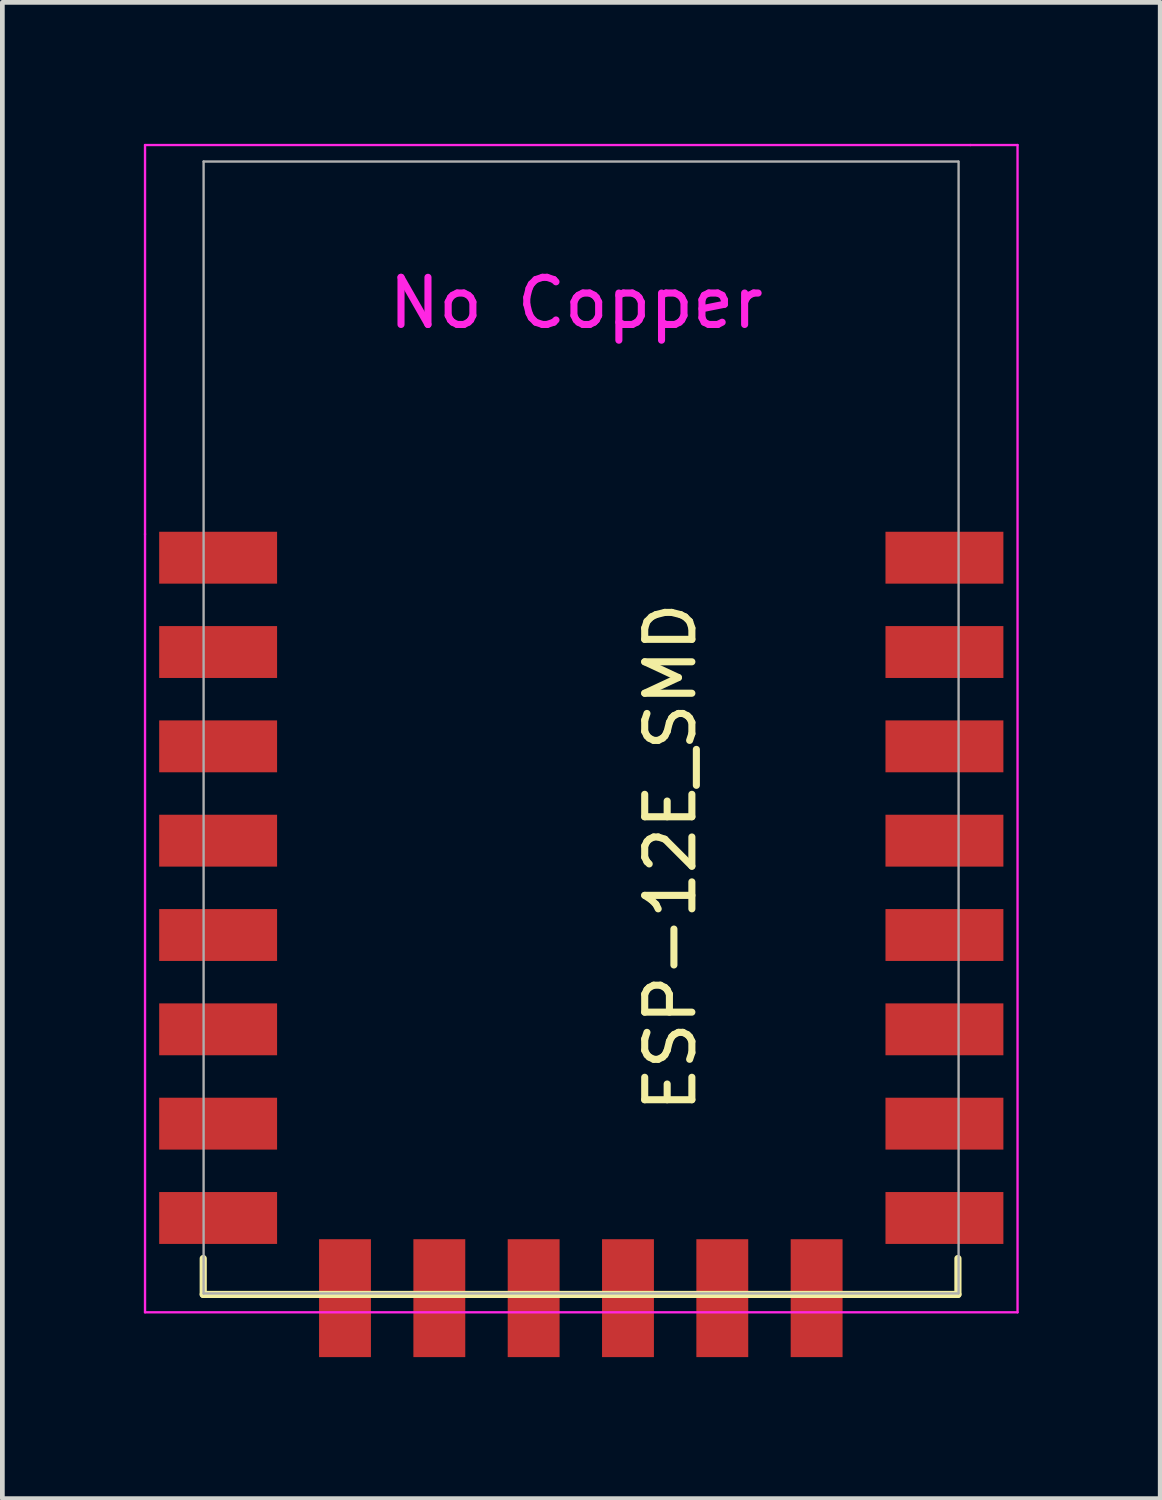
<source format=kicad_pcb>
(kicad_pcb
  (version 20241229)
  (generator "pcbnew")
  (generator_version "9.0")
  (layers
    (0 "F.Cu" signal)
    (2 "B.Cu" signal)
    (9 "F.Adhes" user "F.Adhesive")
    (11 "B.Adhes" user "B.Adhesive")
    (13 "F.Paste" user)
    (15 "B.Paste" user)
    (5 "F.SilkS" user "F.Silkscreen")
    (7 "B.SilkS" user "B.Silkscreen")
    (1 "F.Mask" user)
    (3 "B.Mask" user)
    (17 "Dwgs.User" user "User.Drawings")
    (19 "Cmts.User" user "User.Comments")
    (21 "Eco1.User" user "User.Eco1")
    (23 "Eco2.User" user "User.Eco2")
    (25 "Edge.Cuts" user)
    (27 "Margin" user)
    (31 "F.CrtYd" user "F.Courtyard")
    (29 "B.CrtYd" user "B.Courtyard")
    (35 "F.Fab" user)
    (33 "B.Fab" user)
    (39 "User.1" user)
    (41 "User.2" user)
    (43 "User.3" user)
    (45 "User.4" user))
  (footprint "ESP-12E_SMD"
    (layer "F.Cu")
    (at 2.275 8.775)
    (property "Reference" "ESP-12E_SMD" (at 8.89 6.35 90) (layer "F.SilkS") (effects (font (size 1 1) (thickness 0.15))))
    (attr through_hole)
    (fp_line (start -1.016 14.859) (end -1.016 15.621) (stroke (width 0.152) (type solid)) (layer "F.SilkS"))
    (fp_line (start -1.016 15.621) (end 14.986 15.621) (stroke (width 0.152) (type solid)) (layer "F.SilkS"))
    (fp_line (start 14.986 15.621) (end 14.986 14.859) (stroke (width 0.152) (type solid)) (layer "F.SilkS"))
    (fp_line (start -2.25 -8.75) (end 15.25 -8.75) (stroke (width 0.05) (type solid)) (layer "F.CrtYd"))
    (fp_line (start -2.25 -0.5) (end -2.25 -8.75) (stroke (width 0.05) (type solid)) (layer "F.CrtYd"))
    (fp_line (start -2.25 16) (end -2.25 -0.5) (stroke (width 0.05) (type solid)) (layer "F.CrtYd"))
    (fp_line (start 15.25 -8.75) (end 16.25 -8.75) (stroke (width 0.05) (type solid)) (layer "F.CrtYd"))
    (fp_line (start 16.25 -8.75) (end 16.25 16) (stroke (width 0.05) (type solid)) (layer "F.CrtYd"))
    (fp_line (start 16.25 16) (end -2.25 16) (stroke (width 0.05) (type solid)) (layer "F.CrtYd"))
    (fp_line (start -1.008 -8.4) (end 14.992 -8.4) (stroke (width 0.05) (type solid)) (layer "F.Fab"))
    (fp_line (start -1.008 15.6) (end -1.008 -8.4) (stroke (width 0.05) (type solid)) (layer "F.Fab"))
    (fp_line (start 14.992 15.6) (end -1.008 15.6) (stroke (width 0.05) (type solid)) (layer "F.Fab"))
    (fp_line (start 15 -8.4) (end 15 15.6) (stroke (width 0.05) (type solid)) (layer "F.Fab"))
    (fp_text user "No Copper" (at 6.892 -5.4 0) (layer "F.CrtYd") (effects (font (size 1 1) (thickness 0.15))))
    (pad "1" smd rect (at 0 0) (size 2.5 1.1) (drill (offset -0.7 0)) (layers "F.Cu" "F.Mask" "F.Paste"))
    (pad "2" smd rect (at 0 2) (size 2.5 1.1) (drill (offset -0.7 0)) (layers "F.Cu" "F.Mask" "F.Paste"))
    (pad "3" smd rect (at 0 4) (size 2.5 1.1) (drill (offset -0.7 0)) (layers "F.Cu" "F.Mask" "F.Paste"))
    (pad "4" smd rect (at 0 6) (size 2.5 1.1) (drill (offset -0.7 0)) (layers "F.Cu" "F.Mask" "F.Paste"))
    (pad "5" smd rect (at 0 8) (size 2.5 1.1) (drill (offset -0.7 0)) (layers "F.Cu" "F.Mask" "F.Paste"))
    (pad "6" smd rect (at 0 10) (size 2.5 1.1) (drill (offset -0.7 0)) (layers "F.Cu" "F.Mask" "F.Paste"))
    (pad "7" smd rect (at 0 12) (size 2.5 1.1) (drill (offset -0.7 0)) (layers "F.Cu" "F.Mask" "F.Paste"))
    (pad "8" smd rect (at 0 14) (size 2.5 1.1) (drill (offset -0.7 0)) (layers "F.Cu" "F.Mask" "F.Paste"))
    (pad "9" smd rect (at 14 14) (size 2.5 1.1) (drill (offset 0.7 0)) (layers "F.Cu" "F.Mask" "F.Paste"))
    (pad "10" smd rect (at 14 12) (size 2.5 1.1) (drill (offset 0.7 0)) (layers "F.Cu" "F.Mask" "F.Paste"))
    (pad "11" smd rect (at 14 10) (size 2.5 1.1) (drill (offset 0.7 0)) (layers "F.Cu" "F.Mask" "F.Paste"))
    (pad "12" smd rect (at 14 8) (size 2.5 1.1) (drill (offset 0.7 0)) (layers "F.Cu" "F.Mask" "F.Paste"))
    (pad "13" smd rect (at 14 6) (size 2.5 1.1) (drill (offset 0.7 0)) (layers "F.Cu" "F.Mask" "F.Paste"))
    (pad "14" smd rect (at 14 4) (size 2.5 1.1) (drill (offset 0.7 0)) (layers "F.Cu" "F.Mask" "F.Paste"))
    (pad "15" smd rect (at 14 2) (size 2.5 1.1) (drill (offset 0.7 0)) (layers "F.Cu" "F.Mask" "F.Paste"))
    (pad "16" smd rect (at 14 0) (size 2.5 1.1) (drill (offset 0.7 0)) (layers "F.Cu" "F.Mask" "F.Paste"))
    (pad "17" smd rect (at 1.99 15 90) (size 2.5 1.1) (drill (offset -0.7 0)) (layers "F.Cu" "F.Mask" "F.Paste"))
    (pad "18" smd rect (at 3.99 15 90) (size 2.5 1.1) (drill (offset -0.7 0)) (layers "F.Cu" "F.Mask" "F.Paste"))
    (pad "19" smd rect (at 5.99 15 90) (size 2.5 1.1) (drill (offset -0.7 0)) (layers "F.Cu" "F.Mask" "F.Paste"))
    (pad "20" smd rect (at 7.99 15 90) (size 2.5 1.1) (drill (offset -0.7 0)) (layers "F.Cu" "F.Mask" "F.Paste"))
    (pad "21" smd rect (at 9.99 15 90) (size 2.5 1.1) (drill (offset -0.7 0)) (layers "F.Cu" "F.Mask" "F.Paste"))
    (pad "22" smd rect (at 11.99 15 90) (size 2.5 1.1) (drill (offset -0.7 0)) (layers "F.Cu" "F.Mask" "F.Paste")))
  (gr_rect
    (start -3 -3)
    (end 21.55 28.725)
    (stroke (width 0.1) (type default))
    (fill no)
    (layer "Edge.Cuts")))
</source>
